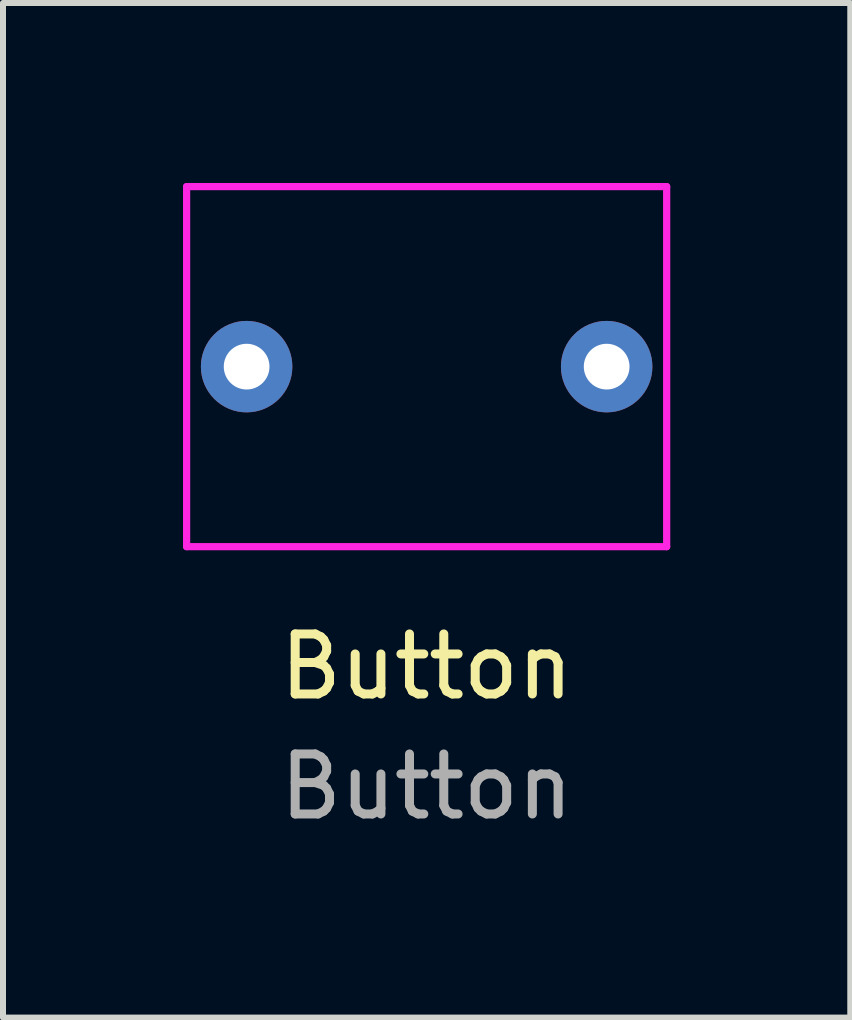
<source format=kicad_pcb>
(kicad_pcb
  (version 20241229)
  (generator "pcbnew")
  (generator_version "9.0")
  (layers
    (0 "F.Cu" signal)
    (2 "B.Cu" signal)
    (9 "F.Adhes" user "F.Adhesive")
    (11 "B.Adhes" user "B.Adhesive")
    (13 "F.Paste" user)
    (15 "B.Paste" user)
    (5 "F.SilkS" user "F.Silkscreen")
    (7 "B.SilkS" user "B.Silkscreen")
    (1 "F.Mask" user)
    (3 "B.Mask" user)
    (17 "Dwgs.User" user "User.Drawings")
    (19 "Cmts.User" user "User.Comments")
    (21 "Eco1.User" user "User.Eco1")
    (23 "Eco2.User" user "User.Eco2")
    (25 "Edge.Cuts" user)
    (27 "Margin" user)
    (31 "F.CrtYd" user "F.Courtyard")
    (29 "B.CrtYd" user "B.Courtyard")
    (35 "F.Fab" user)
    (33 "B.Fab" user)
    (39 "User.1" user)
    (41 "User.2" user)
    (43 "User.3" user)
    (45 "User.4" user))
  (footprint "Button"
    (layer "F.Cu")
    (at 4.06 3.06)
    (property "Reference" "Button" (at 0 5 0) (unlocked yes) (layer "F.SilkS") (effects (font (size 1 1) (thickness 0.15))))
    (attr through_hole)
    (fp_line (start -4 -3) (end -4 3) (stroke (width 0.12) (type default)) (layer "F.CrtYd"))
    (fp_line (start -4 3) (end 4 3) (stroke (width 0.12) (type default)) (layer "F.CrtYd"))
    (fp_line (start 4 -3) (end -4 -3) (stroke (width 0.12) (type default)) (layer "F.CrtYd"))
    (fp_line (start 4 3) (end 4 -3) (stroke (width 0.12) (type default)) (layer "F.CrtYd"))
    (fp_text user "${REFERENCE}" (at 0 7 0) (unlocked yes) (layer "F.Fab") (effects (font (size 1 1) (thickness 0.15))))
    (pad "1" thru_hole circle (at -3 0) (size 1.524 1.524) (drill 0.762) (layers "*.Cu" "*.Mask"))
    (pad "2" thru_hole circle (at 3 0) (size 1.524 1.524) (drill 0.762) (layers "*.Cu" "*.Mask")))
  (gr_rect
    (start -3 -3)
    (end 11.12 13.908)
    (stroke (width 0.1) (type default))
    (fill no)
    (layer "Edge.Cuts")))
</source>
